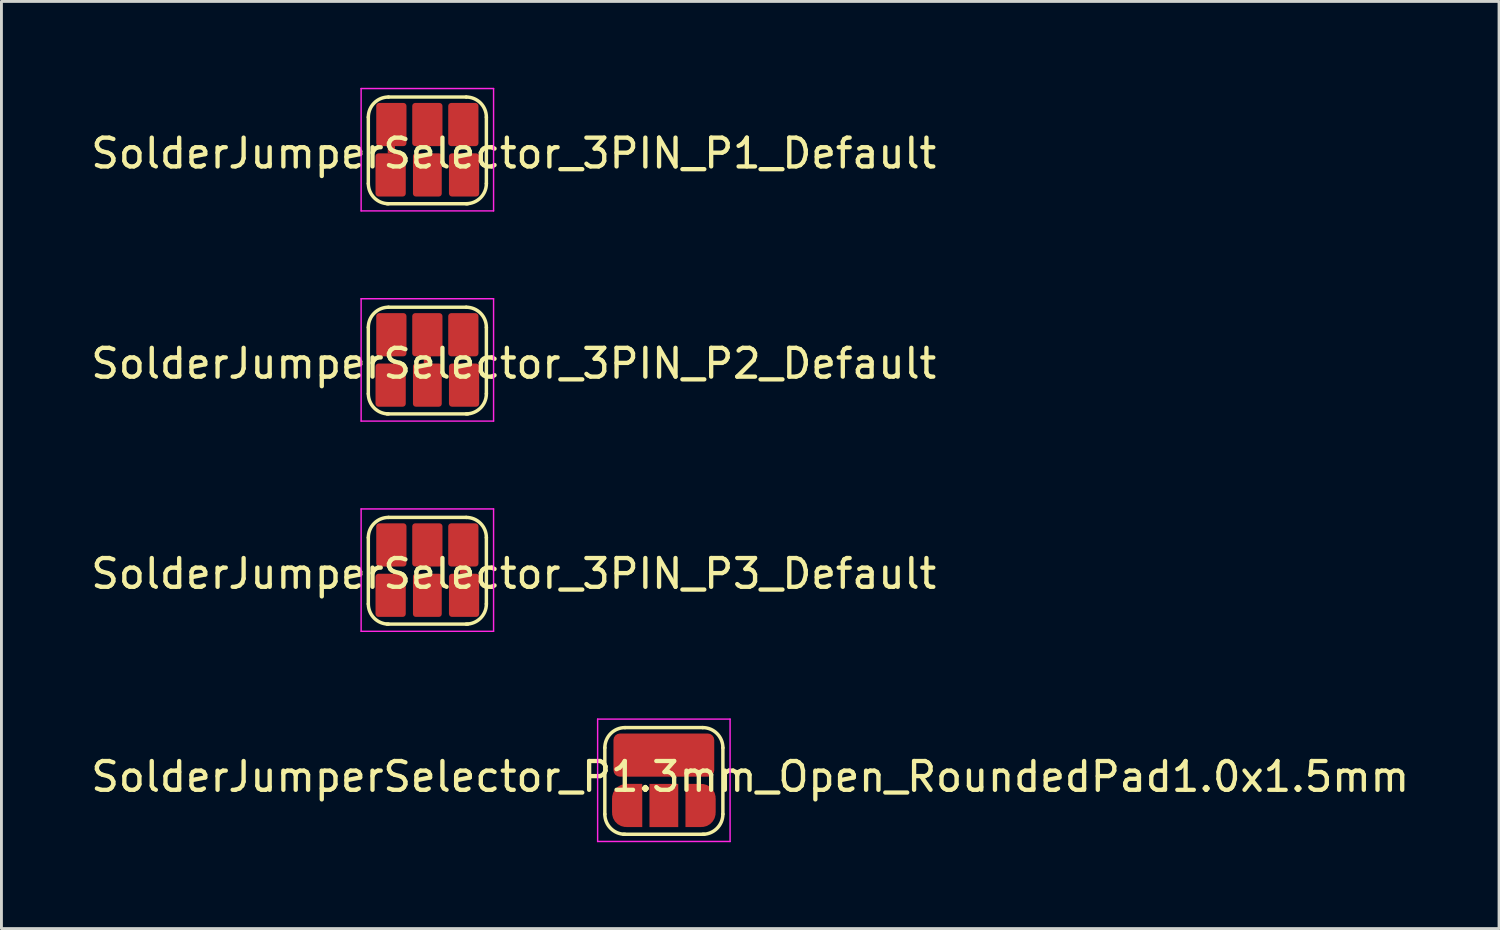
<source format=kicad_pcb>
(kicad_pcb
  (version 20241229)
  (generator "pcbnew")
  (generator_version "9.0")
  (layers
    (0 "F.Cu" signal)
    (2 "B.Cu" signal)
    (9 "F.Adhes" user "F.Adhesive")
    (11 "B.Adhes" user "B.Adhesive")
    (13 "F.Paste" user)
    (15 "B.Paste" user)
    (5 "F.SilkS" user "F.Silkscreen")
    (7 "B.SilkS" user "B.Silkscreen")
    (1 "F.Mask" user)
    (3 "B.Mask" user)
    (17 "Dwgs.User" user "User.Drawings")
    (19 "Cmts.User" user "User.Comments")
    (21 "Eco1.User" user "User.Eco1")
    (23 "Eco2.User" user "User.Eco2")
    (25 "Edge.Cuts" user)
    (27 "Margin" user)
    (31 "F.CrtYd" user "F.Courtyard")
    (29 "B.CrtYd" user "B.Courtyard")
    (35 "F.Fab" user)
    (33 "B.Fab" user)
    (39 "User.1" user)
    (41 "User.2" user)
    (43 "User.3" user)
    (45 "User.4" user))
  (footprint "SolderJumperSelector_3PIN_P3_Default"
    (layer "F.Cu")
    (at 11.792 16.875)
    (property "Reference" "SolderJumperSelector_3PIN_P3_Default" (at 3 0 180) (layer "F.SilkS") (effects (font (size 1 1) (thickness 0.15))))
    (attr exclude_from_pos_files allow_soldermask_bridges)
    (fp_rect (start -0.75 0) (end 0.75 1.5) (stroke (width 0) (type default)) (fill yes) (layer "F.Mask"))
    (fp_line (start -2.05 1.05) (end -2.05 -1.255) (stroke (width 0.12) (type solid)) (layer "F.SilkS"))
    (fp_line (start -1.35 -1.955) (end 1.35 -1.955) (stroke (width 0.12) (type solid)) (layer "F.SilkS"))
    (fp_line (start 1.4 1.75) (end -1.4 1.75) (stroke (width 0.12) (type solid)) (layer "F.SilkS"))
    (fp_line (start 2.05 -1.255) (end 2.05 1.05) (stroke (width 0.12) (type solid)) (layer "F.SilkS"))
    (fp_arc (start -2.049999 -1.255025) (mid -1.844974 -1.749999) (end -1.35 -1.955024) (stroke (width 0.12) (type solid)) (layer "F.SilkS"))
    (fp_arc (start -1.35 1.75) (mid -1.844975 1.544975) (end -2.05 1.05) (stroke (width 0.12) (type solid)) (layer "F.SilkS"))
    (fp_arc (start 1.35 -1.955025) (mid 1.844977 -1.750002) (end 2.05 -1.255025) (stroke (width 0.12) (type solid)) (layer "F.SilkS"))
    (fp_arc (start 2.05 1.05) (mid 1.844975 1.544975) (end 1.35 1.75) (stroke (width 0.12) (type solid)) (layer "F.SilkS"))
    (fp_line (start -2.3 -2.25) (end -2.3 2) (stroke (width 0.05) (type solid)) (layer "F.CrtYd"))
    (fp_line (start -2.3 -2.25) (end 2.3 -2.25) (stroke (width 0.05) (type solid)) (layer "F.CrtYd"))
    (fp_line (start 2.3 2) (end -2.3 2) (stroke (width 0.05) (type solid)) (layer "F.CrtYd"))
    (fp_line (start 2.3 2) (end 2.3 -2.25) (stroke (width 0.05) (type solid)) (layer "F.CrtYd"))
    (pad "1" smd roundrect (at -1.275 0.75) (size 1.05 1.5) (layers "F.Cu" "F.Mask") (roundrect_rratio 0.1) (chamfer_ratio 0.1) (chamfer))
    (pad "2" smd roundrect (at 0 0.75) (size 1 1.5) (layers "F.Cu" "F.Mask") (roundrect_rratio 0.1) (chamfer_ratio 0.2) (chamfer))
    (pad "3" smd roundrect (at 1.275 0.75) (size 1.05 1.5) (layers "F.Cu" "F.Mask") (roundrect_rratio 0.1) (chamfer_ratio 0.2) (chamfer))
    (pad "4" smd roundrect (at -1.25 -1) (size 1.05 1.5) (layers "F.Cu" "F.Mask") (roundrect_rratio 0.1) (chamfer_ratio 0.1) (chamfer))
    (pad "4" smd roundrect (at 0 -1) (size 1.05 1.5) (layers "F.Cu" "F.Mask") (roundrect_rratio 0.1) (chamfer_ratio 0.1) (chamfer))
    (pad "4" smd roundrect (at 1.25 -1) (size 1.05 1.5) (layers "F.Cu" "F.Mask") (roundrect_rratio 0.1) (chamfer_ratio 0.1) (chamfer))
    (pad "4" smd rect (at 1.25 -0.125 90) (size 0.25 0.25) (layers "F.Cu" "F.Mask")))
  (footprint "SolderJumperSelector_3PIN_P1_Default"
    (layer "F.Cu")
    (at 11.792 2.275)
    (property "Reference" "SolderJumperSelector_3PIN_P1_Default" (at 3 0 180) (layer "F.SilkS") (effects (font (size 1 1) (thickness 0.15))))
    (attr exclude_from_pos_files allow_soldermask_bridges)
    (fp_rect (start -0.75 0) (end 0.75 1.5) (stroke (width 0) (type default)) (fill yes) (layer "F.Mask"))
    (fp_line (start -2.05 1.05) (end -2.05 -1.255) (stroke (width 0.12) (type solid)) (layer "F.SilkS"))
    (fp_line (start -1.35 -1.955) (end 1.35 -1.955) (stroke (width 0.12) (type solid)) (layer "F.SilkS"))
    (fp_line (start 1.4 1.75) (end -1.4 1.75) (stroke (width 0.12) (type solid)) (layer "F.SilkS"))
    (fp_line (start 2.05 -1.255) (end 2.05 1.05) (stroke (width 0.12) (type solid)) (layer "F.SilkS"))
    (fp_arc (start -2.049999 -1.255025) (mid -1.844974 -1.749999) (end -1.35 -1.955024) (stroke (width 0.12) (type solid)) (layer "F.SilkS"))
    (fp_arc (start -1.35 1.75) (mid -1.844975 1.544975) (end -2.05 1.05) (stroke (width 0.12) (type solid)) (layer "F.SilkS"))
    (fp_arc (start 1.35 -1.955025) (mid 1.844977 -1.750002) (end 2.05 -1.255025) (stroke (width 0.12) (type solid)) (layer "F.SilkS"))
    (fp_arc (start 2.05 1.05) (mid 1.844975 1.544975) (end 1.35 1.75) (stroke (width 0.12) (type solid)) (layer "F.SilkS"))
    (fp_line (start -2.3 -2.25) (end -2.3 2) (stroke (width 0.05) (type solid)) (layer "F.CrtYd"))
    (fp_line (start -2.3 -2.25) (end 2.3 -2.25) (stroke (width 0.05) (type solid)) (layer "F.CrtYd"))
    (fp_line (start 2.3 2) (end -2.3 2) (stroke (width 0.05) (type solid)) (layer "F.CrtYd"))
    (fp_line (start 2.3 2) (end 2.3 -2.25) (stroke (width 0.05) (type solid)) (layer "F.CrtYd"))
    (pad "1" smd roundrect (at -1.275 0.75) (size 1.05 1.5) (layers "F.Cu" "F.Mask") (roundrect_rratio 0.1) (chamfer_ratio 0.1) (chamfer))
    (pad "2" smd roundrect (at 0 0.75) (size 1 1.5) (layers "F.Cu" "F.Mask") (roundrect_rratio 0.1) (chamfer_ratio 0.2) (chamfer))
    (pad "3" smd roundrect (at 1.275 0.75) (size 1.05 1.5) (layers "F.Cu" "F.Mask") (roundrect_rratio 0.1) (chamfer_ratio 0.2) (chamfer))
    (pad "4" smd roundrect (at -1.25 -1) (size 1.05 1.5) (layers "F.Cu" "F.Mask") (roundrect_rratio 0.1) (chamfer_ratio 0.1) (chamfer))
    (pad "4" smd rect (at -1.25 -0.125 90) (size 0.25 0.25) (layers "F.Cu" "F.Mask"))
    (pad "4" smd roundrect (at 0 -1) (size 1.05 1.5) (layers "F.Cu" "F.Mask") (roundrect_rratio 0.1) (chamfer_ratio 0.1) (chamfer))
    (pad "4" smd roundrect (at 1.25 -1) (size 1.05 1.5) (layers "F.Cu" "F.Mask") (roundrect_rratio 0.1) (chamfer_ratio 0.1) (chamfer)))
  (footprint "SolderJumperSelector_3PIN_P2_Default"
    (layer "F.Cu")
    (at 11.792 9.575)
    (property "Reference" "SolderJumperSelector_3PIN_P2_Default" (at 3 0 180) (layer "F.SilkS") (effects (font (size 1 1) (thickness 0.15))))
    (attr exclude_from_pos_files allow_soldermask_bridges)
    (fp_rect (start -0.75 0) (end 0.75 1.5) (stroke (width 0) (type default)) (fill yes) (layer "F.Mask"))
    (fp_line (start -2.05 1.05) (end -2.05 -1.255) (stroke (width 0.12) (type solid)) (layer "F.SilkS"))
    (fp_line (start -1.35 -1.955) (end 1.35 -1.955) (stroke (width 0.12) (type solid)) (layer "F.SilkS"))
    (fp_line (start 1.4 1.75) (end -1.4 1.75) (stroke (width 0.12) (type solid)) (layer "F.SilkS"))
    (fp_line (start 2.05 -1.255) (end 2.05 1.05) (stroke (width 0.12) (type solid)) (layer "F.SilkS"))
    (fp_arc (start -2.049999 -1.255025) (mid -1.844974 -1.749999) (end -1.35 -1.955024) (stroke (width 0.12) (type solid)) (layer "F.SilkS"))
    (fp_arc (start -1.35 1.75) (mid -1.844975 1.544975) (end -2.05 1.05) (stroke (width 0.12) (type solid)) (layer "F.SilkS"))
    (fp_arc (start 1.35 -1.955025) (mid 1.844977 -1.750002) (end 2.05 -1.255025) (stroke (width 0.12) (type solid)) (layer "F.SilkS"))
    (fp_arc (start 2.05 1.05) (mid 1.844975 1.544975) (end 1.35 1.75) (stroke (width 0.12) (type solid)) (layer "F.SilkS"))
    (fp_line (start -2.3 -2.25) (end -2.3 2) (stroke (width 0.05) (type solid)) (layer "F.CrtYd"))
    (fp_line (start -2.3 -2.25) (end 2.3 -2.25) (stroke (width 0.05) (type solid)) (layer "F.CrtYd"))
    (fp_line (start 2.3 2) (end -2.3 2) (stroke (width 0.05) (type solid)) (layer "F.CrtYd"))
    (fp_line (start 2.3 2) (end 2.3 -2.25) (stroke (width 0.05) (type solid)) (layer "F.CrtYd"))
    (pad "1" smd roundrect (at -1.275 0.75) (size 1.05 1.5) (layers "F.Cu" "F.Mask") (roundrect_rratio 0.1) (chamfer_ratio 0.1) (chamfer))
    (pad "2" smd roundrect (at 0 0.75) (size 1 1.5) (layers "F.Cu" "F.Mask") (roundrect_rratio 0.1) (chamfer_ratio 0.2) (chamfer))
    (pad "3" smd roundrect (at 1.275 0.75) (size 1.05 1.5) (layers "F.Cu" "F.Mask") (roundrect_rratio 0.1) (chamfer_ratio 0.2) (chamfer))
    (pad "4" smd roundrect (at -1.25 -1) (size 1.05 1.5) (layers "F.Cu" "F.Mask") (roundrect_rratio 0.1) (chamfer_ratio 0.1) (chamfer))
    (pad "4" smd roundrect (at 0 -1) (size 1.05 1.5) (layers "F.Cu" "F.Mask") (roundrect_rratio 0.1) (chamfer_ratio 0.1) (chamfer))
    (pad "4" smd rect (at 0 -0.125 90) (size 0.25 0.25) (layers "F.Cu" "F.Mask"))
    (pad "4" smd roundrect (at 1.25 -1) (size 1.05 1.5) (layers "F.Cu" "F.Mask") (roundrect_rratio 0.1) (chamfer_ratio 0.1) (chamfer)))
  (footprint "SolderJumperSelector_P1.3mm_Open_RoundedPad1.0x1.5mm"
    (layer "F.Cu")
    (at 20.006 23.925)
    (property "Reference" "SolderJumperSelector_P1.3mm_Open_RoundedPad1.0x1.5mm" (at 3 0 180) (layer "F.SilkS") (effects (font (size 1 1) (thickness 0.15))))
    (attr exclude_from_pos_files allow_soldermask_bridges)
    (fp_rect (start -0.75 0.25) (end 0.75 1.75) (stroke (width 0) (type default)) (fill yes) (layer "F.Mask"))
    (fp_line (start -2.05 1.3) (end -2.05 -1.005) (stroke (width 0.12) (type solid)) (layer "F.SilkS"))
    (fp_line (start -1.35 -1.705) (end 1.35 -1.705) (stroke (width 0.12) (type solid)) (layer "F.SilkS"))
    (fp_line (start 1.4 2) (end -1.4 2) (stroke (width 0.12) (type solid)) (layer "F.SilkS"))
    (fp_line (start 2.05 -1.005) (end 2.05 1.3) (stroke (width 0.12) (type solid)) (layer "F.SilkS"))
    (fp_arc (start -2.049999 -1.005025) (mid -1.844974 -1.499999) (end -1.35 -1.705024) (stroke (width 0.12) (type solid)) (layer "F.SilkS"))
    (fp_arc (start -1.35 2) (mid -1.844975 1.794975) (end -2.05 1.3) (stroke (width 0.12) (type solid)) (layer "F.SilkS"))
    (fp_arc (start 1.35 -1.705025) (mid 1.844975 -1.5) (end 2.05 -1.005025) (stroke (width 0.12) (type solid)) (layer "F.SilkS"))
    (fp_arc (start 2.05 1.3) (mid 1.844975 1.794975) (end 1.35 2) (stroke (width 0.12) (type solid)) (layer "F.SilkS"))
    (fp_line (start -2.3 -2) (end -2.3 2.25) (stroke (width 0.05) (type solid)) (layer "F.CrtYd"))
    (fp_line (start -2.3 -2) (end 2.3 -2) (stroke (width 0.05) (type solid)) (layer "F.CrtYd"))
    (fp_line (start 2.3 2.25) (end -2.3 2.25) (stroke (width 0.05) (type solid)) (layer "F.CrtYd"))
    (fp_line (start 2.3 2.25) (end 2.3 -2) (stroke (width 0.05) (type solid)) (layer "F.CrtYd"))
    (pad "1" smd custom (at -1.3 1) (size 1 0.5) (layers "F.Cu" "F.Mask") (options (anchor rect)) (primitives (gr_circle (center 0 0.25) (end 0.5 0.25) (width 0) (fill yes)) (gr_circle (center 0 -0.25) (end 0.5 -0.25) (width 0) (fill yes)) (gr_poly (pts (xy 0.55 0.75) (xy 0 0.75) (xy 0 -0.75) (xy 0.55 -0.75)) (width 0) (fill yes))))
    (pad "2" smd rect (at 0 1) (size 1 1.5) (layers "F.Cu" "F.Mask"))
    (pad "3" smd custom (at 1.3 1) (size 1 0.5) (layers "F.Cu" "F.Mask") (options (anchor rect)) (primitives (gr_circle (center 0 0.25) (end 0.5 0.25) (width 0) (fill yes)) (gr_circle (center 0 -0.25) (end 0.5 -0.25) (width 0) (fill yes)) (gr_poly (pts (xy 0 0.75) (xy -0.55 0.75) (xy -0.55 -0.75) (xy 0 -0.75)) (width 0) (fill yes))))
    (pad "4" smd roundrect (at 0 -0.75) (size 3.5 1.5) (layers "F.Cu" "F.Mask") (roundrect_rratio 0.15)))
  (gr_rect
    (start -3 -3)
    (end 49.012 29.2)
    (stroke (width 0.1) (type default))
    (fill no)
    (layer "Edge.Cuts")))
</source>
